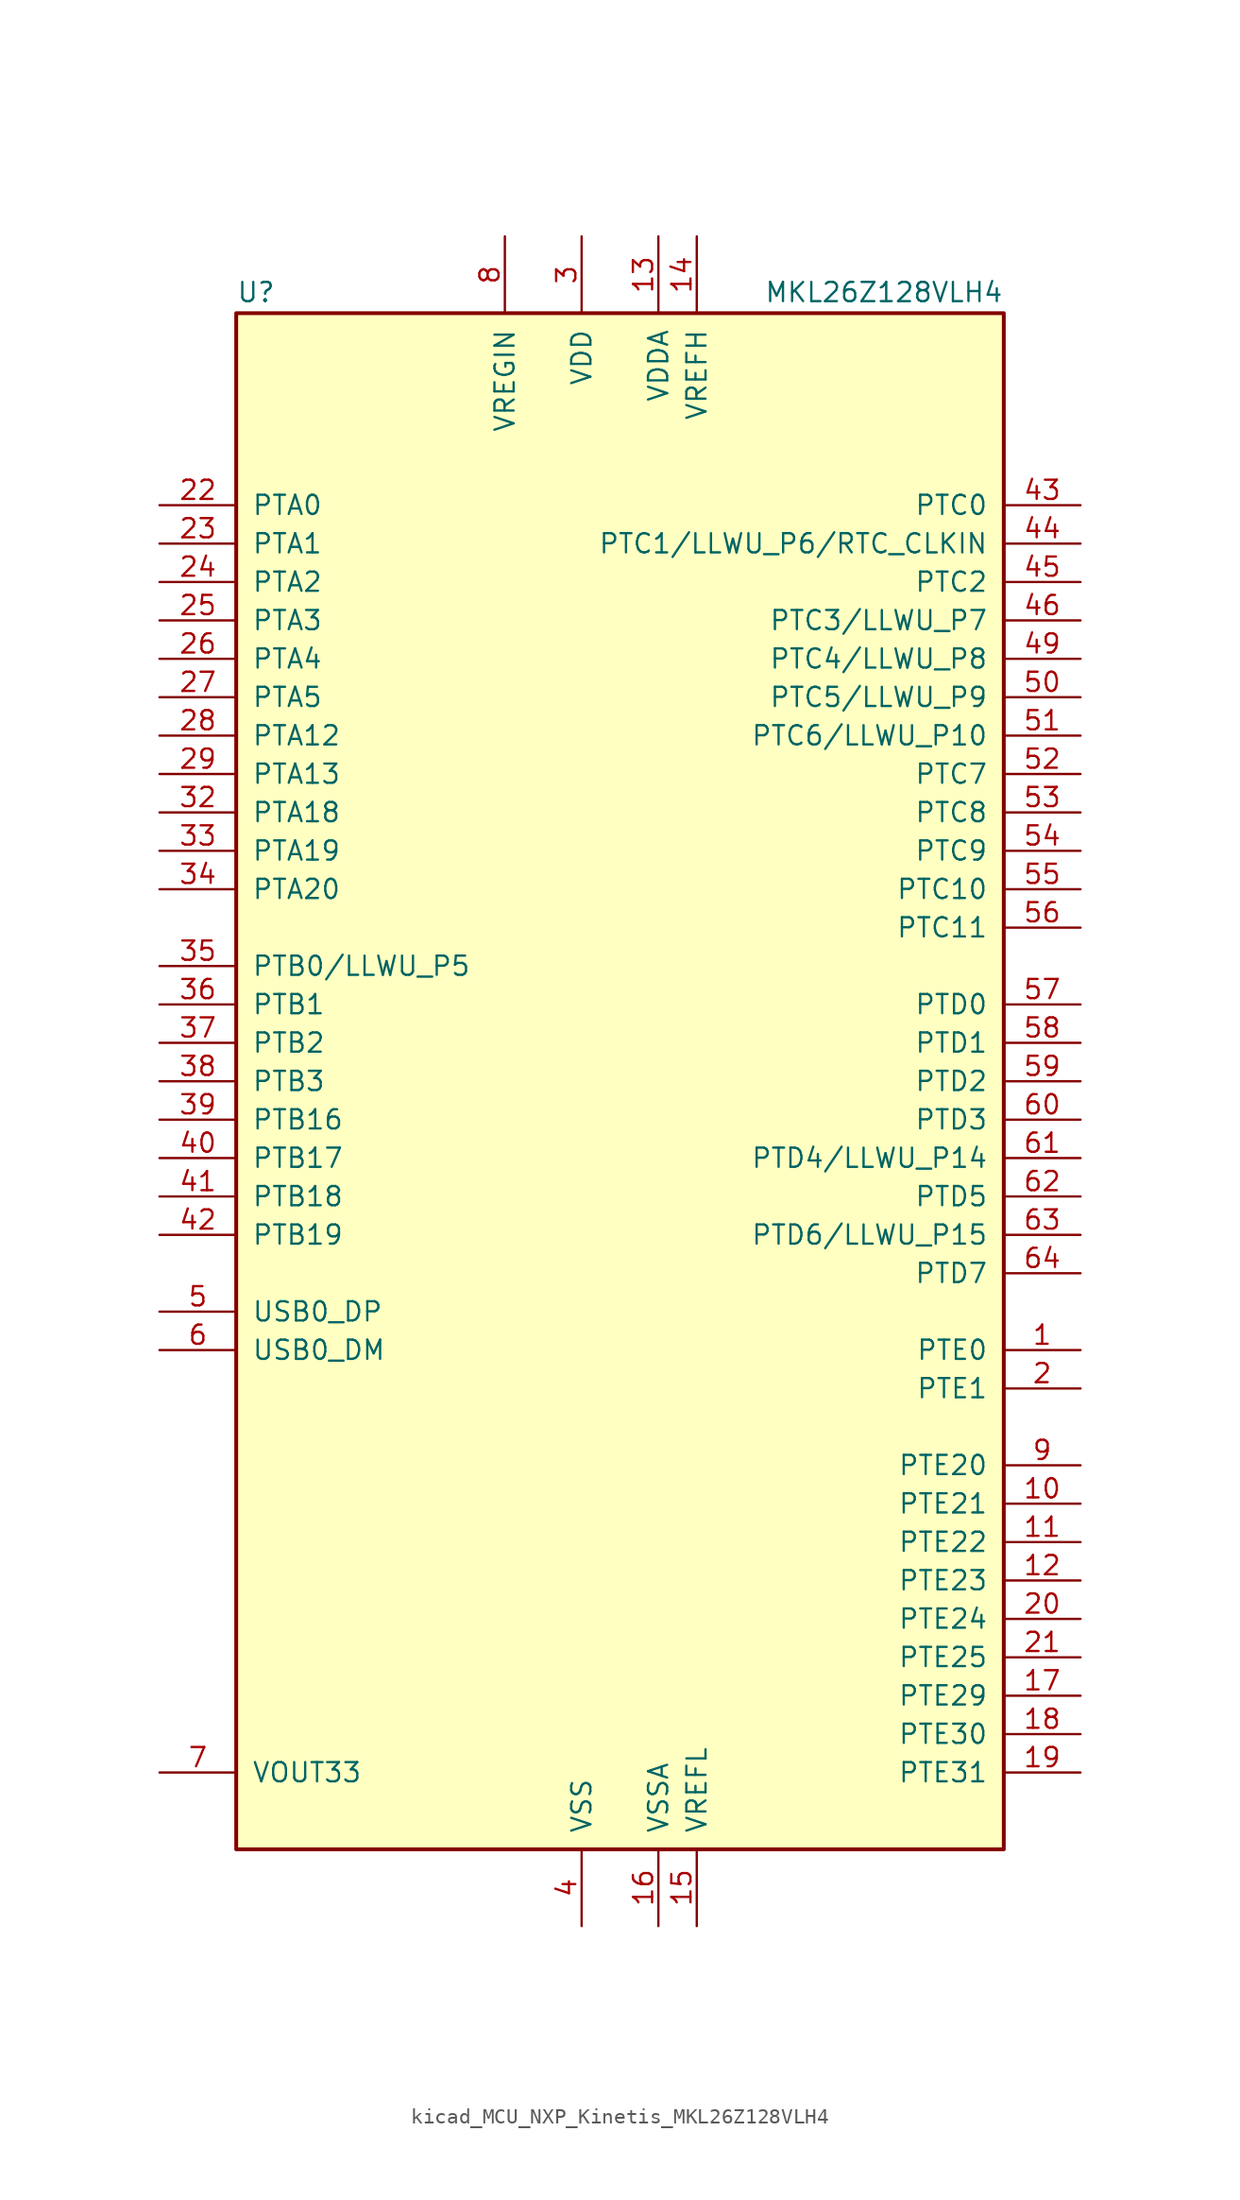
<source format=kicad_sym>
(kicad_symbol_lib
  (version 20220914)
  (generator kicad_symbol_editor)
  (symbol "kicad_MCU_NXP_Kinetis_MKL26Z128VLH4"
    (pin_names
      (offset 1.016))
    (property "Reference" "U"
      (at -25.4 51.435 0)
      (effects (font (size 1.27 1.27)) (justify left bottom)))
    (property "Value" "MKL26Z128VLH4"
      (at 25.4 51.435 0)
      (effects (font (size 1.27 1.27)) (justify right bottom)))
    (symbol "kicad_MCU_NXP_Kinetis_MKL26Z128VLH4_0_1"
      (rectangle (start -25.4 50.8) (end 25.4 -50.8) (stroke (width 0.254) (type default)) (fill (type background))))
    (symbol "kicad_MCU_NXP_Kinetis_MKL26Z128VLH4_1_1"
      (pin bidirectional line (at 30.48 -17.78 180) (length 5.08) (name "PTE0" (effects (font (size 1.27 1.27)))) (number "1" (effects (font (size 1.27 1.27)))))
      (pin bidirectional line (at 30.48 -27.94 180) (length 5.08) (name "PTE21" (effects (font (size 1.27 1.27)))) (number "10" (effects (font (size 1.27 1.27)))))
      (pin bidirectional line (at 30.48 -30.48 180) (length 5.08) (name "PTE22" (effects (font (size 1.27 1.27)))) (number "11" (effects (font (size 1.27 1.27)))))
      (pin bidirectional line (at 30.48 -33.02 180) (length 5.08) (name "PTE23" (effects (font (size 1.27 1.27)))) (number "12" (effects (font (size 1.27 1.27)))))
      (pin power_in line (at 2.54 55.88 270) (length 5.08) (name "VDDA" (effects (font (size 1.27 1.27)))) (number "13" (effects (font (size 1.27 1.27)))))
      (pin power_in line (at 5.08 55.88 270) (length 5.08) (name "VREFH" (effects (font (size 1.27 1.27)))) (number "14" (effects (font (size 1.27 1.27)))))
      (pin power_in line (at 5.08 -55.88 90) (length 5.08) (name "VREFL" (effects (font (size 1.27 1.27)))) (number "15" (effects (font (size 1.27 1.27)))))
      (pin power_in line (at 2.54 -55.88 90) (length 5.08) (name "VSSA" (effects (font (size 1.27 1.27)))) (number "16" (effects (font (size 1.27 1.27)))))
      (pin bidirectional line (at 30.48 -40.64 180) (length 5.08) (name "PTE29" (effects (font (size 1.27 1.27)))) (number "17" (effects (font (size 1.27 1.27)))))
      (pin bidirectional line (at 30.48 -43.18 180) (length 5.08) (name "PTE30" (effects (font (size 1.27 1.27)))) (number "18" (effects (font (size 1.27 1.27)))))
      (pin bidirectional line (at 30.48 -45.72 180) (length 5.08) (name "PTE31" (effects (font (size 1.27 1.27)))) (number "19" (effects (font (size 1.27 1.27)))))
      (pin bidirectional line (at 30.48 -20.32 180) (length 5.08) (name "PTE1" (effects (font (size 1.27 1.27)))) (number "2" (effects (font (size 1.27 1.27)))))
      (pin bidirectional line (at 30.48 -35.56 180) (length 5.08) (name "PTE24" (effects (font (size 1.27 1.27)))) (number "20" (effects (font (size 1.27 1.27)))))
      (pin bidirectional line (at 30.48 -38.1 180) (length 5.08) (name "PTE25" (effects (font (size 1.27 1.27)))) (number "21" (effects (font (size 1.27 1.27)))))
      (pin bidirectional line (at -30.48 38.1 0) (length 5.08) (name "PTA0" (effects (font (size 1.27 1.27)))) (number "22" (effects (font (size 1.27 1.27)))))
      (pin bidirectional line (at -30.48 35.56 0) (length 5.08) (name "PTA1" (effects (font (size 1.27 1.27)))) (number "23" (effects (font (size 1.27 1.27)))))
      (pin bidirectional line (at -30.48 33.02 0) (length 5.08) (name "PTA2" (effects (font (size 1.27 1.27)))) (number "24" (effects (font (size 1.27 1.27)))))
      (pin bidirectional line (at -30.48 30.48 0) (length 5.08) (name "PTA3" (effects (font (size 1.27 1.27)))) (number "25" (effects (font (size 1.27 1.27)))))
      (pin bidirectional line (at -30.48 27.94 0) (length 5.08) (name "PTA4" (effects (font (size 1.27 1.27)))) (number "26" (effects (font (size 1.27 1.27)))))
      (pin bidirectional line (at -30.48 25.4 0) (length 5.08) (name "PTA5" (effects (font (size 1.27 1.27)))) (number "27" (effects (font (size 1.27 1.27)))))
      (pin bidirectional line (at -30.48 22.86 0) (length 5.08) (name "PTA12" (effects (font (size 1.27 1.27)))) (number "28" (effects (font (size 1.27 1.27)))))
      (pin bidirectional line (at -30.48 20.32 0) (length 5.08) (name "PTA13" (effects (font (size 1.27 1.27)))) (number "29" (effects (font (size 1.27 1.27)))))
      (pin power_in line (at -2.54 55.88 270) (length 5.08) (name "VDD" (effects (font (size 1.27 1.27)))) (number "3" (effects (font (size 1.27 1.27)))))
      (pin passive line (at -2.54 55.88 270) (length 5.08) hide (name "VDD" (effects (font (size 1.27 1.27)))) (number "30" (effects (font (size 1.27 1.27)))))
      (pin passive line (at -2.54 -55.88 90) (length 5.08) hide (name "VSS" (effects (font (size 1.27 1.27)))) (number "31" (effects (font (size 1.27 1.27)))))
      (pin bidirectional line (at -30.48 17.78 0) (length 5.08) (name "PTA18" (effects (font (size 1.27 1.27)))) (number "32" (effects (font (size 1.27 1.27)))))
      (pin bidirectional line (at -30.48 15.24 0) (length 5.08) (name "PTA19" (effects (font (size 1.27 1.27)))) (number "33" (effects (font (size 1.27 1.27)))))
      (pin bidirectional line (at -30.48 12.7 0) (length 5.08) (name "PTA20" (effects (font (size 1.27 1.27)))) (number "34" (effects (font (size 1.27 1.27)))))
      (pin bidirectional line (at -30.48 7.62 0) (length 5.08) (name "PTB0/LLWU_P5" (effects (font (size 1.27 1.27)))) (number "35" (effects (font (size 1.27 1.27)))))
      (pin bidirectional line (at -30.48 5.08 0) (length 5.08) (name "PTB1" (effects (font (size 1.27 1.27)))) (number "36" (effects (font (size 1.27 1.27)))))
      (pin bidirectional line (at -30.48 2.54 0) (length 5.08) (name "PTB2" (effects (font (size 1.27 1.27)))) (number "37" (effects (font (size 1.27 1.27)))))
      (pin bidirectional line (at -30.48 0 0) (length 5.08) (name "PTB3" (effects (font (size 1.27 1.27)))) (number "38" (effects (font (size 1.27 1.27)))))
      (pin bidirectional line (at -30.48 -2.54 0) (length 5.08) (name "PTB16" (effects (font (size 1.27 1.27)))) (number "39" (effects (font (size 1.27 1.27)))))
      (pin power_in line (at -2.54 -55.88 90) (length 5.08) (name "VSS" (effects (font (size 1.27 1.27)))) (number "4" (effects (font (size 1.27 1.27)))))
      (pin bidirectional line (at -30.48 -5.08 0) (length 5.08) (name "PTB17" (effects (font (size 1.27 1.27)))) (number "40" (effects (font (size 1.27 1.27)))))
      (pin bidirectional line (at -30.48 -7.62 0) (length 5.08) (name "PTB18" (effects (font (size 1.27 1.27)))) (number "41" (effects (font (size 1.27 1.27)))))
      (pin bidirectional line (at -30.48 -10.16 0) (length 5.08) (name "PTB19" (effects (font (size 1.27 1.27)))) (number "42" (effects (font (size 1.27 1.27)))))
      (pin bidirectional line (at 30.48 38.1 180) (length 5.08) (name "PTC0" (effects (font (size 1.27 1.27)))) (number "43" (effects (font (size 1.27 1.27)))))
      (pin bidirectional line (at 30.48 35.56 180) (length 5.08) (name "PTC1/LLWU_P6/RTC_CLKIN" (effects (font (size 1.27 1.27)))) (number "44" (effects (font (size 1.27 1.27)))))
      (pin bidirectional line (at 30.48 33.02 180) (length 5.08) (name "PTC2" (effects (font (size 1.27 1.27)))) (number "45" (effects (font (size 1.27 1.27)))))
      (pin bidirectional line (at 30.48 30.48 180) (length 5.08) (name "PTC3/LLWU_P7" (effects (font (size 1.27 1.27)))) (number "46" (effects (font (size 1.27 1.27)))))
      (pin passive line (at -2.54 -55.88 90) (length 5.08) hide (name "VSS" (effects (font (size 1.27 1.27)))) (number "47" (effects (font (size 1.27 1.27)))))
      (pin passive line (at -2.54 55.88 270) (length 5.08) hide (name "VDD" (effects (font (size 1.27 1.27)))) (number "48" (effects (font (size 1.27 1.27)))))
      (pin bidirectional line (at 30.48 27.94 180) (length 5.08) (name "PTC4/LLWU_P8" (effects (font (size 1.27 1.27)))) (number "49" (effects (font (size 1.27 1.27)))))
      (pin bidirectional line (at -30.48 -15.24 0) (length 5.08) (name "USB0_DP" (effects (font (size 1.27 1.27)))) (number "5" (effects (font (size 1.27 1.27)))))
      (pin bidirectional line (at 30.48 25.4 180) (length 5.08) (name "PTC5/LLWU_P9" (effects (font (size 1.27 1.27)))) (number "50" (effects (font (size 1.27 1.27)))))
      (pin bidirectional line (at 30.48 22.86 180) (length 5.08) (name "PTC6/LLWU_P10" (effects (font (size 1.27 1.27)))) (number "51" (effects (font (size 1.27 1.27)))))
      (pin bidirectional line (at 30.48 20.32 180) (length 5.08) (name "PTC7" (effects (font (size 1.27 1.27)))) (number "52" (effects (font (size 1.27 1.27)))))
      (pin bidirectional line (at 30.48 17.78 180) (length 5.08) (name "PTC8" (effects (font (size 1.27 1.27)))) (number "53" (effects (font (size 1.27 1.27)))))
      (pin bidirectional line (at 30.48 15.24 180) (length 5.08) (name "PTC9" (effects (font (size 1.27 1.27)))) (number "54" (effects (font (size 1.27 1.27)))))
      (pin bidirectional line (at 30.48 12.7 180) (length 5.08) (name "PTC10" (effects (font (size 1.27 1.27)))) (number "55" (effects (font (size 1.27 1.27)))))
      (pin bidirectional line (at 30.48 10.16 180) (length 5.08) (name "PTC11" (effects (font (size 1.27 1.27)))) (number "56" (effects (font (size 1.27 1.27)))))
      (pin bidirectional line (at 30.48 5.08 180) (length 5.08) (name "PTD0" (effects (font (size 1.27 1.27)))) (number "57" (effects (font (size 1.27 1.27)))))
      (pin bidirectional line (at 30.48 2.54 180) (length 5.08) (name "PTD1" (effects (font (size 1.27 1.27)))) (number "58" (effects (font (size 1.27 1.27)))))
      (pin bidirectional line (at 30.48 0 180) (length 5.08) (name "PTD2" (effects (font (size 1.27 1.27)))) (number "59" (effects (font (size 1.27 1.27)))))
      (pin bidirectional line (at -30.48 -17.78 0) (length 5.08) (name "USB0_DM" (effects (font (size 1.27 1.27)))) (number "6" (effects (font (size 1.27 1.27)))))
      (pin bidirectional line (at 30.48 -2.54 180) (length 5.08) (name "PTD3" (effects (font (size 1.27 1.27)))) (number "60" (effects (font (size 1.27 1.27)))))
      (pin bidirectional line (at 30.48 -5.08 180) (length 5.08) (name "PTD4/LLWU_P14" (effects (font (size 1.27 1.27)))) (number "61" (effects (font (size 1.27 1.27)))))
      (pin bidirectional line (at 30.48 -7.62 180) (length 5.08) (name "PTD5" (effects (font (size 1.27 1.27)))) (number "62" (effects (font (size 1.27 1.27)))))
      (pin bidirectional line (at 30.48 -10.16 180) (length 5.08) (name "PTD6/LLWU_P15" (effects (font (size 1.27 1.27)))) (number "63" (effects (font (size 1.27 1.27)))))
      (pin bidirectional line (at 30.48 -12.7 180) (length 5.08) (name "PTD7" (effects (font (size 1.27 1.27)))) (number "64" (effects (font (size 1.27 1.27)))))
      (pin power_out line (at -30.48 -45.72 0) (length 5.08) (name "VOUT33" (effects (font (size 1.27 1.27)))) (number "7" (effects (font (size 1.27 1.27)))))
      (pin power_in line (at -7.62 55.88 270) (length 5.08) (name "VREGIN" (effects (font (size 1.27 1.27)))) (number "8" (effects (font (size 1.27 1.27)))))
      (pin bidirectional line (at 30.48 -25.4 180) (length 5.08) (name "PTE20" (effects (font (size 1.27 1.27)))) (number "9" (effects (font (size 1.27 1.27))))))))
</source>
